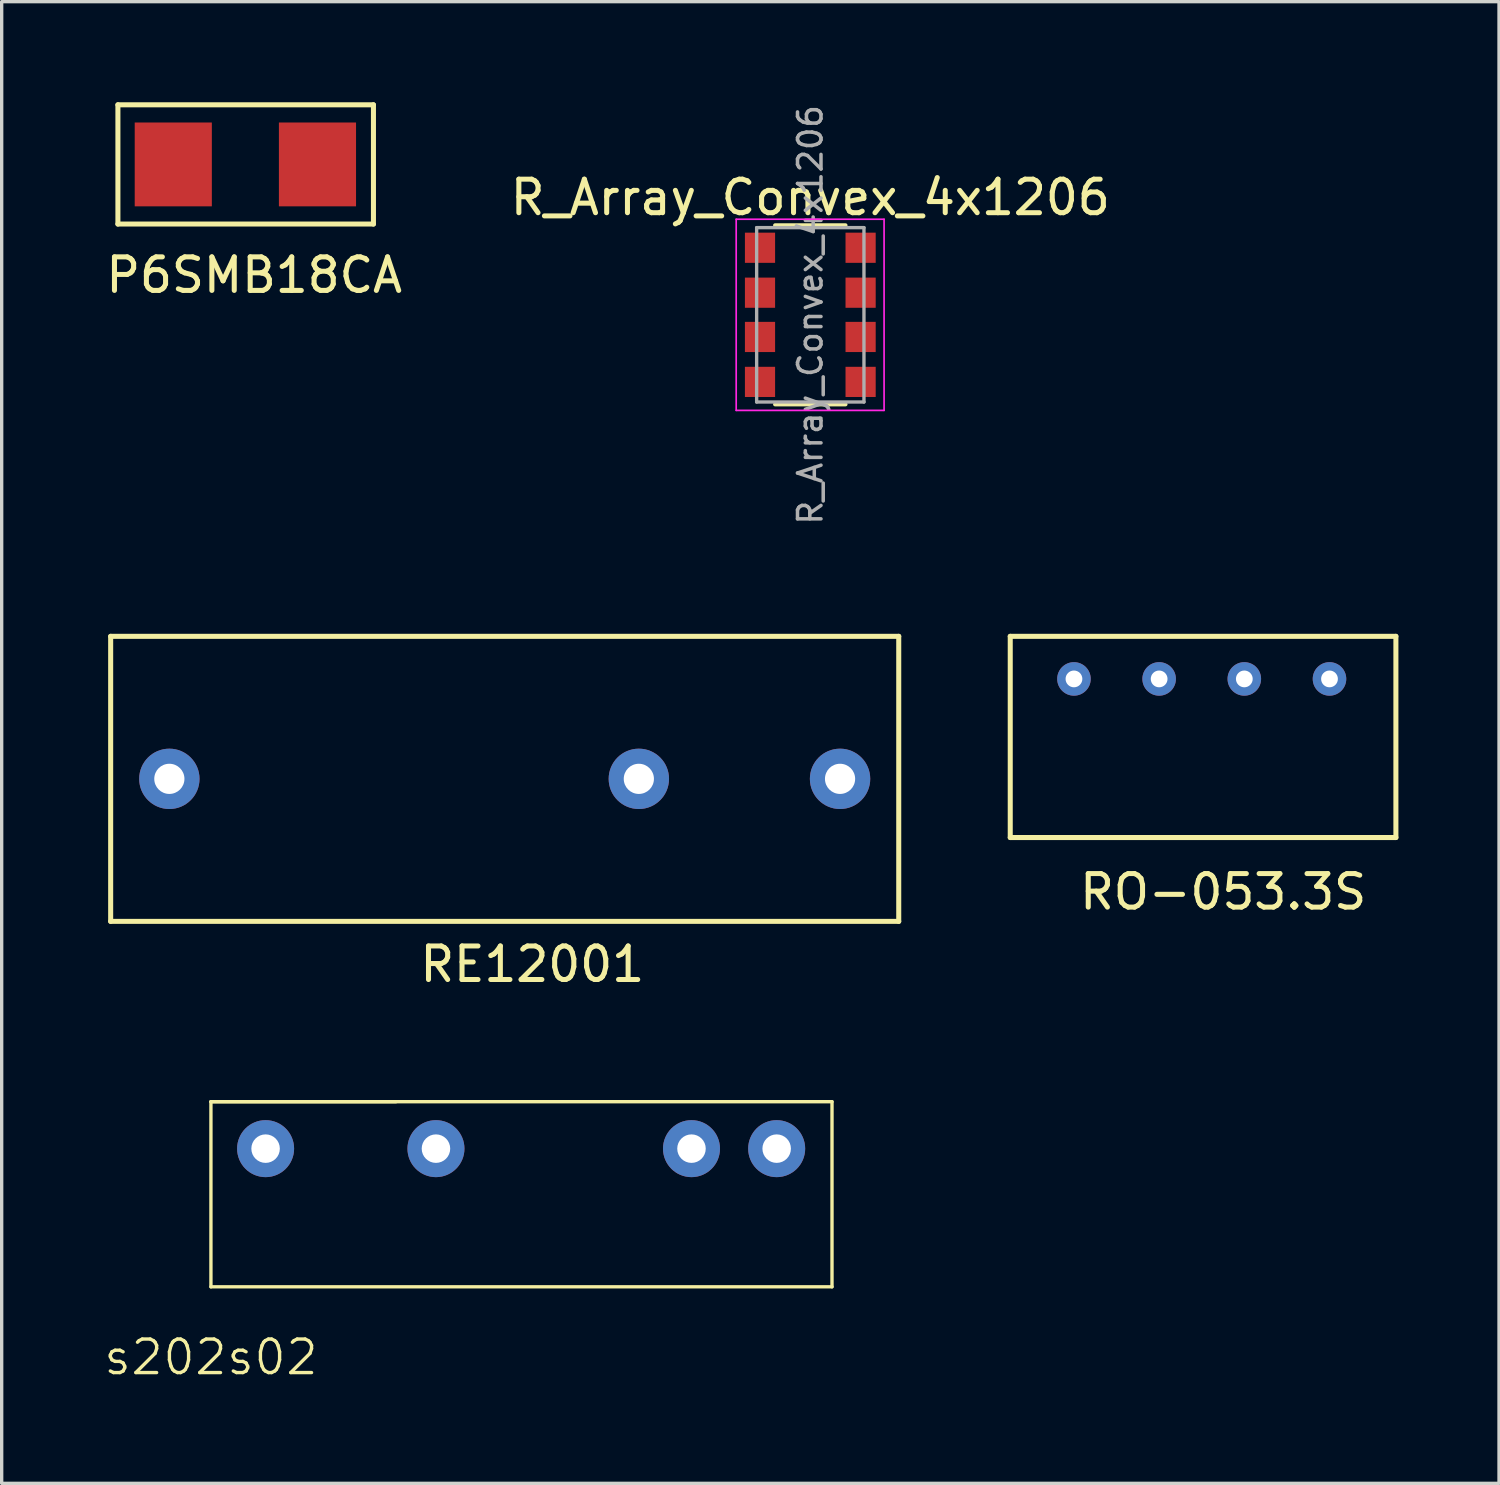
<source format=kicad_pcb>
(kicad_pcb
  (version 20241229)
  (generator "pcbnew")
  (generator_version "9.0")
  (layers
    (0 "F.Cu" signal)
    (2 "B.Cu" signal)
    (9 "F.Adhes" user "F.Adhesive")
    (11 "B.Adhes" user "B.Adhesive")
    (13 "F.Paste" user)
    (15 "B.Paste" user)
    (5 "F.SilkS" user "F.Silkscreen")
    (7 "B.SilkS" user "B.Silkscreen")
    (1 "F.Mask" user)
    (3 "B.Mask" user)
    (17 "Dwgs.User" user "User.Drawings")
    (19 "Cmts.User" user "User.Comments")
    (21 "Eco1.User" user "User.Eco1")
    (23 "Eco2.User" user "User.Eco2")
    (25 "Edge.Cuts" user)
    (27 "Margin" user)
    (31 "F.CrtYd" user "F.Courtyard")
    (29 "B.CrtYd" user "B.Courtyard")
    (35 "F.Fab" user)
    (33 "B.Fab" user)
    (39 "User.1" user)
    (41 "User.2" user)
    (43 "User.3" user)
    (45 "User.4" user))
  (footprint "RE12001"
    (layer "F.Cu")
    (at 0.25 15.925)
    (property "Reference" "RE12001" (at 12.573 9.779 0) (layer "F.SilkS") (effects (font (size 1 1) (thickness 0.15))))
    (attr through_hole)
    (fp_line (start 0 0) (end 23.5 0) (stroke (width 0.15) (type solid)) (layer "F.SilkS"))
    (fp_line (start 0 8.5) (end 0 0) (stroke (width 0.15) (type solid)) (layer "F.SilkS"))
    (fp_line (start 23.5 0) (end 23.5 8.5) (stroke (width 0.15) (type solid)) (layer "F.SilkS"))
    (fp_line (start 23.5 8.5) (end 0 8.5) (stroke (width 0.15) (type solid)) (layer "F.SilkS"))
    (pad "1" thru_hole circle (at 1.75 4.25) (size 1.8 1.8) (drill 0.9) (layers "*.Cu" "*.Mask"))
    (pad "2" thru_hole circle (at 15.75 4.25) (size 1.8 1.8) (drill 0.9) (layers "*.Cu" "*.Mask"))
    (pad "3" thru_hole circle (at 21.75 4.25) (size 1.8 1.8) (drill 0.9) (layers "*.Cu" "*.Mask")))
  (footprint "P6SMB18CA"
    (layer "F.Cu")
    (at 2.117 1.853)
    (property "Reference" "P6SMB18CA" (at 2.413 3.302 0) (layer "F.SilkS") (effects (font (size 1 1) (thickness 0.15))))
    (attr through_hole)
    (fp_line (start -1.651 -1.778) (end 5.969 -1.778) (stroke (width 0.15) (type solid)) (layer "F.SilkS"))
    (fp_line (start -1.651 1.778) (end -1.651 -1.778) (stroke (width 0.15) (type solid)) (layer "F.SilkS"))
    (fp_line (start 5.969 -1.778) (end 5.969 1.778) (stroke (width 0.15) (type solid)) (layer "F.SilkS"))
    (fp_line (start 5.969 1.778) (end -1.651 1.778) (stroke (width 0.15) (type solid)) (layer "F.SilkS"))
    (pad "1" smd rect (at 0 0) (size 2.3 2.5) (layers "F.Cu" "F.Mask" "F.Paste"))
    (pad "2" smd rect (at 4.3 0) (size 2.3 2.5) (layers "F.Cu" "F.Mask" "F.Paste")))
  (footprint "R_Array_Convex_4x1206"
    (layer "F.Cu")
    (at 21.113 6.338)
    (property "Reference" "R_Array_Convex_4x1206" (at 0 -3.5 0) (layer "F.SilkS") (effects (font (size 1 1) (thickness 0.15))))
    (attr smd)
    (fp_line (start 1.05 -2.67) (end -1.05 -2.67) (stroke (width 0.12) (type solid)) (layer "F.SilkS"))
    (fp_line (start 1.05 2.67) (end -1.05 2.67) (stroke (width 0.12) (type solid)) (layer "F.SilkS"))
    (fp_line (start -2.21 -2.85) (end -2.21 2.85) (stroke (width 0.05) (type solid)) (layer "F.CrtYd"))
    (fp_line (start -2.21 -2.85) (end 2.2 -2.85) (stroke (width 0.05) (type solid)) (layer "F.CrtYd"))
    (fp_line (start 2.2 2.85) (end -2.21 2.85) (stroke (width 0.05) (type solid)) (layer "F.CrtYd"))
    (fp_line (start 2.2 2.85) (end 2.2 -2.85) (stroke (width 0.05) (type solid)) (layer "F.CrtYd"))
    (fp_line (start -1.6 -2.6) (end -1.6 2.6) (stroke (width 0.1) (type solid)) (layer "F.Fab"))
    (fp_line (start -1.6 2.6) (end 1.6 2.6) (stroke (width 0.1) (type solid)) (layer "F.Fab"))
    (fp_line (start 1.6 -2.6) (end -1.6 -2.6) (stroke (width 0.1) (type solid)) (layer "F.Fab"))
    (fp_line (start 1.6 2.6) (end 1.6 -2.6) (stroke (width 0.1) (type solid)) (layer "F.Fab"))
    (fp_text user "${REFERENCE}" (at 0 0 90) (layer "F.Fab") (effects (font (size 0.7 0.7) (thickness 0.105))))
    (pad "1" smd rect (at -1.5 -2) (size 0.9 0.9) (layers "F.Cu" "F.Mask" "F.Paste"))
    (pad "2" smd rect (at -1.5 -0.66) (size 0.9 0.9) (layers "F.Cu" "F.Mask" "F.Paste"))
    (pad "3" smd rect (at -1.5 0.66) (size 0.9 0.9) (layers "F.Cu" "F.Mask" "F.Paste"))
    (pad "4" smd rect (at -1.5 2) (size 0.9 0.9) (layers "F.Cu" "F.Mask" "F.Paste"))
    (pad "5" smd rect (at 1.5 2) (size 0.9 0.9) (layers "F.Cu" "F.Mask" "F.Paste"))
    (pad "6" smd rect (at 1.5 0.66) (size 0.9 0.9) (layers "F.Cu" "F.Mask" "F.Paste"))
    (pad "7" smd rect (at 1.5 -0.66) (size 0.9 0.9) (layers "F.Cu" "F.Mask" "F.Paste"))
    (pad "8" smd rect (at 1.5 -2) (size 0.9 0.9) (layers "F.Cu" "F.Mask" "F.Paste")))
  (footprint "RO-053.3S"
    (layer "F.Cu")
    (at 27.075 15.925)
    (property "Reference" "RO-053.3S" (at 6.35 7.62 0) (layer "F.SilkS") (effects (font (size 1 1) (thickness 0.15))))
    (attr through_hole)
    (fp_line (start 0 0) (end 11.5 0) (stroke (width 0.15) (type solid)) (layer "F.SilkS"))
    (fp_line (start 0 6) (end 0 0) (stroke (width 0.15) (type solid)) (layer "F.SilkS"))
    (fp_line (start 11.5 0) (end 11.5 6) (stroke (width 0.15) (type solid)) (layer "F.SilkS"))
    (fp_line (start 11.5 6) (end 0 6) (stroke (width 0.15) (type solid)) (layer "F.SilkS"))
    (pad "1" thru_hole circle (at 1.9 1.27) (size 1 1) (drill 0.5) (layers "*.Cu" "*.Mask"))
    (pad "2" thru_hole circle (at 4.44 1.27) (size 1 1) (drill 0.5) (layers "*.Cu" "*.Mask"))
    (pad "3" thru_hole circle (at 6.98 1.27) (size 1 1) (drill 0.5) (layers "*.Cu" "*.Mask"))
    (pad "4" thru_hole circle (at 9.52 1.27) (size 1 1) (drill 0.5) (layers "*.Cu" "*.Mask")))
  (footprint "s202s02"
    (layer "F.Cu")
    (at 3.24 29.802)
    (property "Reference" "s202s02" (at 0 7.62 0) (layer "F.SilkS") (effects (font (size 1 1) (thickness 0.1))))
    (attr through_hole)
    (fp_line (start 0 0) (end 18.52 0) (stroke (width 0.1) (type solid)) (layer "F.SilkS"))
    (fp_line (start 0 5.52) (end 0 0) (stroke (width 0.1) (type solid)) (layer "F.SilkS"))
    (fp_line (start 5.52 0) (end 0 0) (stroke (width 0.1) (type solid)) (layer "F.SilkS"))
    (fp_line (start 18.52 0) (end 18.52 5.52) (stroke (width 0.1) (type solid)) (layer "F.SilkS"))
    (fp_line (start 18.52 5.52) (end 0 5.52) (stroke (width 0.1) (type solid)) (layer "F.SilkS"))
    (pad "1" thru_hole circle (at 1.63 1.4) (size 1.7 1.7) (drill 0.85) (layers "*.Cu" "*.Mask"))
    (pad "2" thru_hole circle (at 6.71 1.4) (size 1.7 1.7) (drill 0.85) (layers "*.Cu" "*.Mask"))
    (pad "3" thru_hole circle (at 16.87 1.4) (size 1.7 1.7) (drill 0.85) (layers "*.Cu" "*.Mask"))
    (pad "4" thru_hole circle (at 14.33 1.4) (size 1.7 1.7) (drill 0.85) (layers "*.Cu" "*.Mask")))
  (gr_rect
    (start -3 -3)
    (end 41.65 41.183)
    (stroke (width 0.1) (type default))
    (fill no)
    (layer "Edge.Cuts")))
</source>
